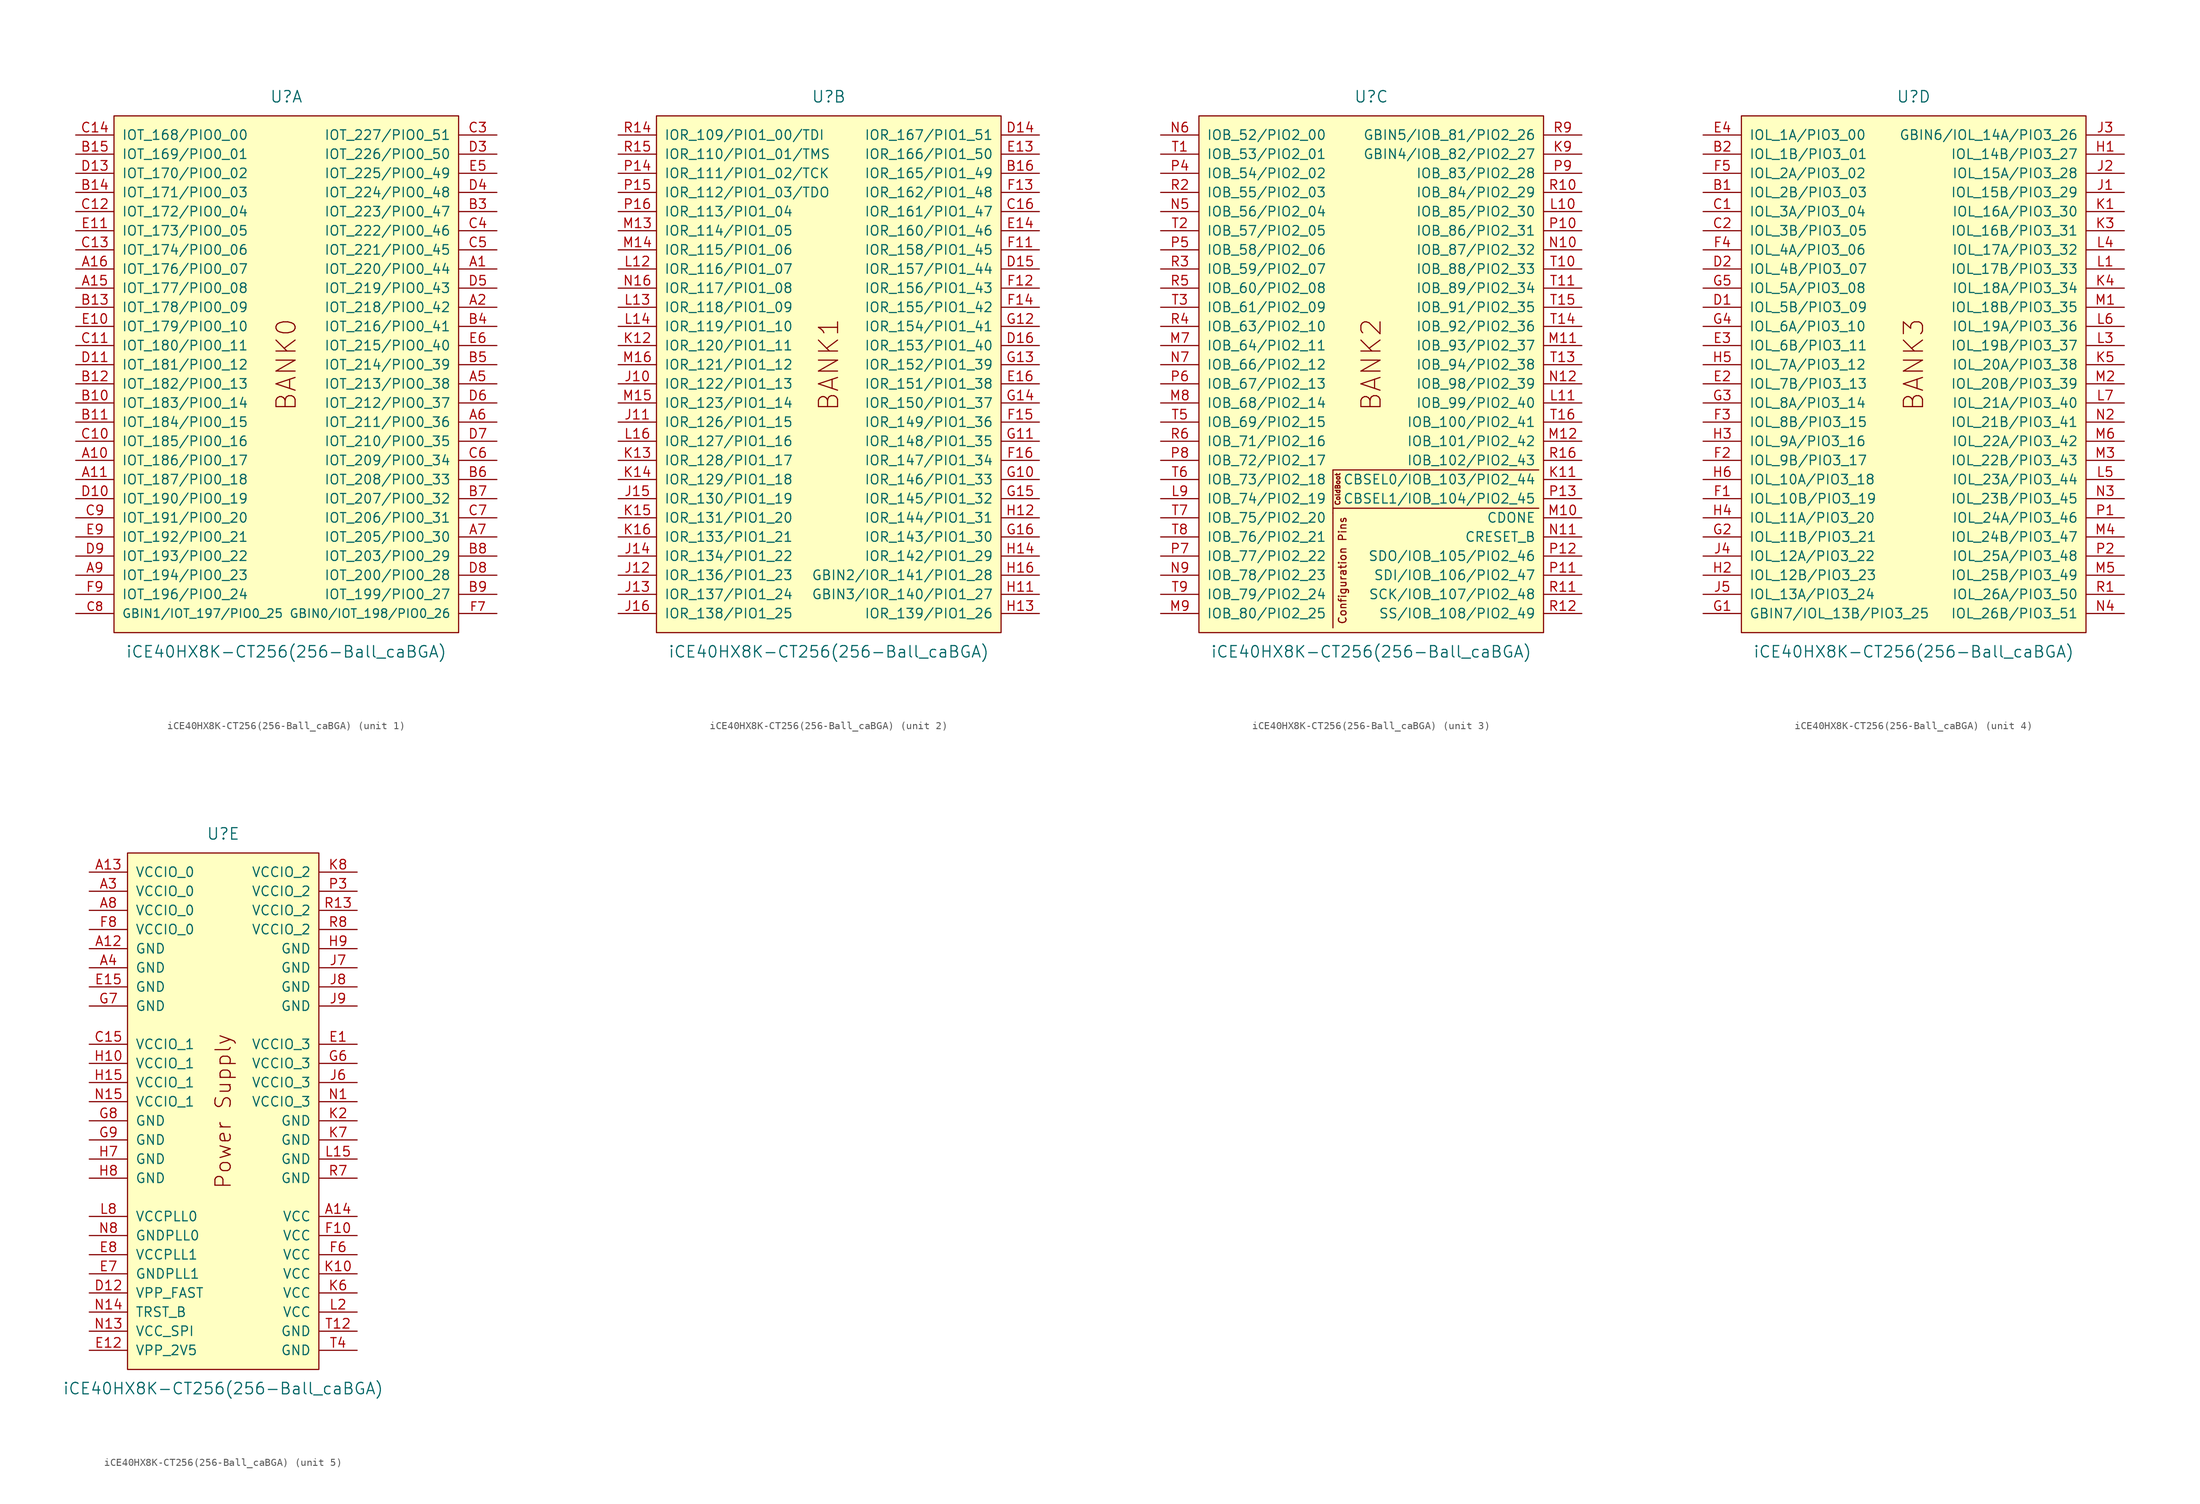
<source format=kicad_sym>
(kicad_symbol_lib
  (version 20220914)
  (generator kicad_symbol_editor)
  (symbol "iCE40HX8K-CT256(256-Ball_caBGA)"
    (pin_names
      (offset 1.016))
    (property "Reference" "U"
      (at 0 35.56 0)
      (effects (font (size 1.524 1.524))))
    (property "Value" "iCE40HX8K-CT256(256-Ball_caBGA)"
      (at 0 -38.1 0)
      (effects (font (size 1.524 1.524))))
    (property "Footprint" ""
      (at 0 2.54 0)
      (effects (font (size 1.524 1.524))))
    (property "Datasheet" ""
      (at 0 2.54 0)
      (effects (font (size 1.524 1.524))))
    (property "ki_locked" ""
      (at 0 0 0)
      (effects (font (size 1.27 1.27))))
    (symbol "iCE40HX8K-CT256(256-Ball_caBGA)_1_0"
      (text "BANK0" (at 0 0 900) (effects (font (size 2.54 2.54)))))
    (symbol "iCE40HX8K-CT256(256-Ball_caBGA)_1_1"
      (rectangle (start 22.86 -35.56) (end -22.86 33.02) (stroke (width 0) (type solid)) (fill (type background)))
      (pin bidirectional line (at 27.94 12.7 180) (length 5.08) (name "IOT_220/PIO0_44" (effects (font (size 1.27 1.27)))) (number "A1" (effects (font (size 1.27 1.27)))))
      (pin bidirectional line (at -27.94 -12.7 0) (length 5.08) (name "IOT_186/PIO0_17" (effects (font (size 1.27 1.27)))) (number "A10" (effects (font (size 1.27 1.27)))))
      (pin bidirectional line (at -27.94 -15.24 0) (length 5.08) (name "IOT_187/PIO0_18" (effects (font (size 1.27 1.27)))) (number "A11" (effects (font (size 1.27 1.27)))))
      (pin bidirectional line (at -27.94 10.16 0) (length 5.08) (name "IOT_177/PIO0_08" (effects (font (size 1.27 1.27)))) (number "A15" (effects (font (size 1.27 1.27)))))
      (pin bidirectional line (at -27.94 12.7 0) (length 5.08) (name "IOT_176/PIO0_07" (effects (font (size 1.27 1.27)))) (number "A16" (effects (font (size 1.27 1.27)))))
      (pin bidirectional line (at 27.94 7.62 180) (length 5.08) (name "IOT_218/PIO0_42" (effects (font (size 1.27 1.27)))) (number "A2" (effects (font (size 1.27 1.27)))))
      (pin bidirectional line (at 27.94 -2.54 180) (length 5.08) (name "IOT_213/PIO0_38" (effects (font (size 1.27 1.27)))) (number "A5" (effects (font (size 1.27 1.27)))))
      (pin bidirectional line (at 27.94 -7.62 180) (length 5.08) (name "IOT_211/PIO0_36" (effects (font (size 1.27 1.27)))) (number "A6" (effects (font (size 1.27 1.27)))))
      (pin bidirectional line (at 27.94 -22.86 180) (length 5.08) (name "IOT_205/PIO0_30" (effects (font (size 1.27 1.27)))) (number "A7" (effects (font (size 1.27 1.27)))))
      (pin bidirectional line (at -27.94 -27.94 0) (length 5.08) (name "IOT_194/PIO0_23" (effects (font (size 1.27 1.27)))) (number "A9" (effects (font (size 1.27 1.27)))))
      (pin bidirectional line (at -27.94 -5.08 0) (length 5.08) (name "IOT_183/PIO0_14" (effects (font (size 1.27 1.27)))) (number "B10" (effects (font (size 1.27 1.27)))))
      (pin bidirectional line (at -27.94 -7.62 0) (length 5.08) (name "IOT_184/PIO0_15" (effects (font (size 1.27 1.27)))) (number "B11" (effects (font (size 1.27 1.27)))))
      (pin bidirectional line (at -27.94 -2.54 0) (length 5.08) (name "IOT_182/PIO0_13" (effects (font (size 1.27 1.27)))) (number "B12" (effects (font (size 1.27 1.27)))))
      (pin bidirectional line (at -27.94 7.62 0) (length 5.08) (name "IOT_178/PIO0_09" (effects (font (size 1.27 1.27)))) (number "B13" (effects (font (size 1.27 1.27)))))
      (pin bidirectional line (at -27.94 22.86 0) (length 5.08) (name "IOT_171/PIO0_03" (effects (font (size 1.27 1.27)))) (number "B14" (effects (font (size 1.27 1.27)))))
      (pin bidirectional line (at -27.94 27.94 0) (length 5.08) (name "IOT_169/PIO0_01" (effects (font (size 1.27 1.27)))) (number "B15" (effects (font (size 1.27 1.27)))))
      (pin bidirectional line (at 27.94 20.32 180) (length 5.08) (name "IOT_223/PIO0_47" (effects (font (size 1.27 1.27)))) (number "B3" (effects (font (size 1.27 1.27)))))
      (pin bidirectional line (at 27.94 5.08 180) (length 5.08) (name "IOT_216/PIO0_41" (effects (font (size 1.27 1.27)))) (number "B4" (effects (font (size 1.27 1.27)))))
      (pin bidirectional line (at 27.94 0 180) (length 5.08) (name "IOT_214/PIO0_39" (effects (font (size 1.27 1.27)))) (number "B5" (effects (font (size 1.27 1.27)))))
      (pin bidirectional line (at 27.94 -15.24 180) (length 5.08) (name "IOT_208/PIO0_33" (effects (font (size 1.27 1.27)))) (number "B6" (effects (font (size 1.27 1.27)))))
      (pin bidirectional line (at 27.94 -17.78 180) (length 5.08) (name "IOT_207/PIO0_32" (effects (font (size 1.27 1.27)))) (number "B7" (effects (font (size 1.27 1.27)))))
      (pin bidirectional line (at 27.94 -25.4 180) (length 5.08) (name "IOT_203/PIO0_29" (effects (font (size 1.27 1.27)))) (number "B8" (effects (font (size 1.27 1.27)))))
      (pin bidirectional line (at 27.94 -30.48 180) (length 5.08) (name "IOT_199/PIO0_27" (effects (font (size 1.27 1.27)))) (number "B9" (effects (font (size 1.27 1.27)))))
      (pin bidirectional line (at -27.94 -10.16 0) (length 5.08) (name "IOT_185/PIO0_16" (effects (font (size 1.27 1.27)))) (number "C10" (effects (font (size 1.27 1.27)))))
      (pin bidirectional line (at -27.94 2.54 0) (length 5.08) (name "IOT_180/PIO0_11" (effects (font (size 1.27 1.27)))) (number "C11" (effects (font (size 1.27 1.27)))))
      (pin bidirectional line (at -27.94 20.32 0) (length 5.08) (name "IOT_172/PIO0_04" (effects (font (size 1.27 1.27)))) (number "C12" (effects (font (size 1.27 1.27)))))
      (pin bidirectional line (at -27.94 15.24 0) (length 5.08) (name "IOT_174/PIO0_06" (effects (font (size 1.27 1.27)))) (number "C13" (effects (font (size 1.27 1.27)))))
      (pin bidirectional line (at -27.94 30.48 0) (length 5.08) (name "IOT_168/PIO0_00" (effects (font (size 1.27 1.27)))) (number "C14" (effects (font (size 1.27 1.27)))))
      (pin bidirectional line (at 27.94 30.48 180) (length 5.08) (name "IOT_227/PIO0_51" (effects (font (size 1.27 1.27)))) (number "C3" (effects (font (size 1.27 1.27)))))
      (pin bidirectional line (at 27.94 17.78 180) (length 5.08) (name "IOT_222/PIO0_46" (effects (font (size 1.27 1.27)))) (number "C4" (effects (font (size 1.27 1.27)))))
      (pin bidirectional line (at 27.94 15.24 180) (length 5.08) (name "IOT_221/PIO0_45" (effects (font (size 1.27 1.27)))) (number "C5" (effects (font (size 1.27 1.27)))))
      (pin bidirectional line (at 27.94 -12.7 180) (length 5.08) (name "IOT_209/PIO0_34" (effects (font (size 1.27 1.27)))) (number "C6" (effects (font (size 1.27 1.27)))))
      (pin bidirectional line (at 27.94 -20.32 180) (length 5.08) (name "IOT_206/PIO0_31" (effects (font (size 1.27 1.27)))) (number "C7" (effects (font (size 1.27 1.27)))))
      (pin bidirectional line (at -27.94 -33.02 0) (length 5.08) (name "GBIN1/IOT_197/PIO0_25" (effects (font (size 1.143 1.143)))) (number "C8" (effects (font (size 1.143 1.143)))))
      (pin bidirectional line (at -27.94 -20.32 0) (length 5.08) (name "IOT_191/PIO0_20" (effects (font (size 1.27 1.27)))) (number "C9" (effects (font (size 1.27 1.27)))))
      (pin bidirectional line (at -27.94 -17.78 0) (length 5.08) (name "IOT_190/PIO0_19" (effects (font (size 1.27 1.27)))) (number "D10" (effects (font (size 1.27 1.27)))))
      (pin bidirectional line (at -27.94 0 0) (length 5.08) (name "IOT_181/PIO0_12" (effects (font (size 1.27 1.27)))) (number "D11" (effects (font (size 1.27 1.27)))))
      (pin bidirectional line (at -27.94 25.4 0) (length 5.08) (name "IOT_170/PIO0_02" (effects (font (size 1.27 1.27)))) (number "D13" (effects (font (size 1.27 1.27)))))
      (pin bidirectional line (at 27.94 27.94 180) (length 5.08) (name "IOT_226/PIO0_50" (effects (font (size 1.27 1.27)))) (number "D3" (effects (font (size 1.27 1.27)))))
      (pin bidirectional line (at 27.94 22.86 180) (length 5.08) (name "IOT_224/PIO0_48" (effects (font (size 1.27 1.27)))) (number "D4" (effects (font (size 1.27 1.27)))))
      (pin bidirectional line (at 27.94 10.16 180) (length 5.08) (name "IOT_219/PIO0_43" (effects (font (size 1.27 1.27)))) (number "D5" (effects (font (size 1.27 1.27)))))
      (pin bidirectional line (at 27.94 -5.08 180) (length 5.08) (name "IOT_212/PIO0_37" (effects (font (size 1.27 1.27)))) (number "D6" (effects (font (size 1.27 1.27)))))
      (pin bidirectional line (at 27.94 -10.16 180) (length 5.08) (name "IOT_210/PIO0_35" (effects (font (size 1.27 1.27)))) (number "D7" (effects (font (size 1.27 1.27)))))
      (pin bidirectional line (at 27.94 -27.94 180) (length 5.08) (name "IOT_200/PIO0_28" (effects (font (size 1.27 1.27)))) (number "D8" (effects (font (size 1.27 1.27)))))
      (pin bidirectional line (at -27.94 -25.4 0) (length 5.08) (name "IOT_193/PIO0_22" (effects (font (size 1.27 1.27)))) (number "D9" (effects (font (size 1.27 1.27)))))
      (pin bidirectional line (at -27.94 5.08 0) (length 5.08) (name "IOT_179/PIO0_10" (effects (font (size 1.27 1.27)))) (number "E10" (effects (font (size 1.27 1.27)))))
      (pin bidirectional line (at -27.94 17.78 0) (length 5.08) (name "IOT_173/PIO0_05" (effects (font (size 1.27 1.27)))) (number "E11" (effects (font (size 1.27 1.27)))))
      (pin bidirectional line (at 27.94 25.4 180) (length 5.08) (name "IOT_225/PIO0_49" (effects (font (size 1.27 1.27)))) (number "E5" (effects (font (size 1.27 1.27)))))
      (pin bidirectional line (at 27.94 2.54 180) (length 5.08) (name "IOT_215/PIO0_40" (effects (font (size 1.27 1.27)))) (number "E6" (effects (font (size 1.27 1.27)))))
      (pin bidirectional line (at -27.94 -22.86 0) (length 5.08) (name "IOT_192/PIO0_21" (effects (font (size 1.27 1.27)))) (number "E9" (effects (font (size 1.27 1.27)))))
      (pin bidirectional line (at 27.94 -33.02 180) (length 5.08) (name "GBIN0/IOT_198/PIO0_26" (effects (font (size 1.143 1.143)))) (number "F7" (effects (font (size 1.143 1.143)))))
      (pin bidirectional line (at -27.94 -30.48 0) (length 5.08) (name "IOT_196/PIO0_24" (effects (font (size 1.27 1.27)))) (number "F9" (effects (font (size 1.27 1.27))))))
    (symbol "iCE40HX8K-CT256(256-Ball_caBGA)_2_0"
      (text "BANK1" (at 0 0 900) (effects (font (size 2.54 2.54)))))
    (symbol "iCE40HX8K-CT256(256-Ball_caBGA)_2_1"
      (rectangle (start -22.86 33.02) (end 22.86 -35.56) (stroke (width 0) (type solid)) (fill (type background)))
      (pin bidirectional line (at 27.94 25.4 180) (length 5.08) (name "IOR_165/PIO1_49" (effects (font (size 1.27 1.27)))) (number "B16" (effects (font (size 1.27 1.27)))))
      (pin bidirectional line (at 27.94 20.32 180) (length 5.08) (name "IOR_161/PIO1_47" (effects (font (size 1.27 1.27)))) (number "C16" (effects (font (size 1.27 1.27)))))
      (pin bidirectional line (at 27.94 30.48 180) (length 5.08) (name "IOR_167/PIO1_51" (effects (font (size 1.27 1.27)))) (number "D14" (effects (font (size 1.27 1.27)))))
      (pin bidirectional line (at 27.94 12.7 180) (length 5.08) (name "IOR_157/PIO1_44" (effects (font (size 1.27 1.27)))) (number "D15" (effects (font (size 1.27 1.27)))))
      (pin bidirectional line (at 27.94 2.54 180) (length 5.08) (name "IOR_153/PIO1_40" (effects (font (size 1.27 1.27)))) (number "D16" (effects (font (size 1.27 1.27)))))
      (pin bidirectional line (at 27.94 27.94 180) (length 5.08) (name "IOR_166/PIO1_50" (effects (font (size 1.27 1.27)))) (number "E13" (effects (font (size 1.27 1.27)))))
      (pin bidirectional line (at 27.94 17.78 180) (length 5.08) (name "IOR_160/PIO1_46" (effects (font (size 1.27 1.27)))) (number "E14" (effects (font (size 1.27 1.27)))))
      (pin bidirectional line (at 27.94 -2.54 180) (length 5.08) (name "IOR_151/PIO1_38" (effects (font (size 1.27 1.27)))) (number "E16" (effects (font (size 1.27 1.27)))))
      (pin bidirectional line (at 27.94 15.24 180) (length 5.08) (name "IOR_158/PIO1_45" (effects (font (size 1.27 1.27)))) (number "F11" (effects (font (size 1.27 1.27)))))
      (pin bidirectional line (at 27.94 10.16 180) (length 5.08) (name "IOR_156/PIO1_43" (effects (font (size 1.27 1.27)))) (number "F12" (effects (font (size 1.27 1.27)))))
      (pin bidirectional line (at 27.94 22.86 180) (length 5.08) (name "IOR_162/PIO1_48" (effects (font (size 1.27 1.27)))) (number "F13" (effects (font (size 1.27 1.27)))))
      (pin bidirectional line (at 27.94 7.62 180) (length 5.08) (name "IOR_155/PIO1_42" (effects (font (size 1.27 1.27)))) (number "F14" (effects (font (size 1.27 1.27)))))
      (pin bidirectional line (at 27.94 -7.62 180) (length 5.08) (name "IOR_149/PIO1_36" (effects (font (size 1.27 1.27)))) (number "F15" (effects (font (size 1.27 1.27)))))
      (pin bidirectional line (at 27.94 -12.7 180) (length 5.08) (name "IOR_147/PIO1_34" (effects (font (size 1.27 1.27)))) (number "F16" (effects (font (size 1.27 1.27)))))
      (pin bidirectional line (at 27.94 -15.24 180) (length 5.08) (name "IOR_146/PIO1_33" (effects (font (size 1.27 1.27)))) (number "G10" (effects (font (size 1.27 1.27)))))
      (pin bidirectional line (at 27.94 -10.16 180) (length 5.08) (name "IOR_148/PIO1_35" (effects (font (size 1.27 1.27)))) (number "G11" (effects (font (size 1.27 1.27)))))
      (pin bidirectional line (at 27.94 5.08 180) (length 5.08) (name "IOR_154/PIO1_41" (effects (font (size 1.27 1.27)))) (number "G12" (effects (font (size 1.27 1.27)))))
      (pin bidirectional line (at 27.94 0 180) (length 5.08) (name "IOR_152/PIO1_39" (effects (font (size 1.27 1.27)))) (number "G13" (effects (font (size 1.27 1.27)))))
      (pin bidirectional line (at 27.94 -5.08 180) (length 5.08) (name "IOR_150/PIO1_37" (effects (font (size 1.27 1.27)))) (number "G14" (effects (font (size 1.27 1.27)))))
      (pin bidirectional line (at 27.94 -17.78 180) (length 5.08) (name "IOR_145/PIO1_32" (effects (font (size 1.27 1.27)))) (number "G15" (effects (font (size 1.27 1.27)))))
      (pin bidirectional line (at 27.94 -22.86 180) (length 5.08) (name "IOR_143/PIO1_30" (effects (font (size 1.27 1.27)))) (number "G16" (effects (font (size 1.27 1.27)))))
      (pin bidirectional line (at 27.94 -30.48 180) (length 5.08) (name "GBIN3/IOR_140/PIO1_27" (effects (font (size 1.27 1.27)))) (number "H11" (effects (font (size 1.27 1.27)))))
      (pin bidirectional line (at 27.94 -20.32 180) (length 5.08) (name "IOR_144/PIO1_31" (effects (font (size 1.27 1.27)))) (number "H12" (effects (font (size 1.27 1.27)))))
      (pin bidirectional line (at 27.94 -33.02 180) (length 5.08) (name "IOR_139/PIO1_26" (effects (font (size 1.27 1.27)))) (number "H13" (effects (font (size 1.27 1.27)))))
      (pin bidirectional line (at 27.94 -25.4 180) (length 5.08) (name "IOR_142/PIO1_29" (effects (font (size 1.27 1.27)))) (number "H14" (effects (font (size 1.27 1.27)))))
      (pin bidirectional line (at 27.94 -27.94 180) (length 5.08) (name "GBIN2/IOR_141/PIO1_28" (effects (font (size 1.27 1.27)))) (number "H16" (effects (font (size 1.27 1.27)))))
      (pin bidirectional line (at -27.94 -2.54 0) (length 5.08) (name "IOR_122/PIO1_13" (effects (font (size 1.27 1.27)))) (number "J10" (effects (font (size 1.27 1.27)))))
      (pin bidirectional line (at -27.94 -7.62 0) (length 5.08) (name "IOR_126/PIO1_15" (effects (font (size 1.27 1.27)))) (number "J11" (effects (font (size 1.27 1.27)))))
      (pin bidirectional line (at -27.94 -27.94 0) (length 5.08) (name "IOR_136/PIO1_23" (effects (font (size 1.27 1.27)))) (number "J12" (effects (font (size 1.27 1.27)))))
      (pin bidirectional line (at -27.94 -30.48 0) (length 5.08) (name "IOR_137/PIO1_24" (effects (font (size 1.27 1.27)))) (number "J13" (effects (font (size 1.27 1.27)))))
      (pin bidirectional line (at -27.94 -25.4 0) (length 5.08) (name "IOR_134/PIO1_22" (effects (font (size 1.27 1.27)))) (number "J14" (effects (font (size 1.27 1.27)))))
      (pin bidirectional line (at -27.94 -17.78 0) (length 5.08) (name "IOR_130/PIO1_19" (effects (font (size 1.27 1.27)))) (number "J15" (effects (font (size 1.27 1.27)))))
      (pin bidirectional line (at -27.94 -33.02 0) (length 5.08) (name "IOR_138/PIO1_25" (effects (font (size 1.27 1.27)))) (number "J16" (effects (font (size 1.27 1.27)))))
      (pin bidirectional line (at -27.94 2.54 0) (length 5.08) (name "IOR_120/PIO1_11" (effects (font (size 1.27 1.27)))) (number "K12" (effects (font (size 1.27 1.27)))))
      (pin bidirectional line (at -27.94 -12.7 0) (length 5.08) (name "IOR_128/PIO1_17" (effects (font (size 1.27 1.27)))) (number "K13" (effects (font (size 1.27 1.27)))))
      (pin bidirectional line (at -27.94 -15.24 0) (length 5.08) (name "IOR_129/PIO1_18" (effects (font (size 1.27 1.27)))) (number "K14" (effects (font (size 1.27 1.27)))))
      (pin bidirectional line (at -27.94 -20.32 0) (length 5.08) (name "IOR_131/PIO1_20" (effects (font (size 1.27 1.27)))) (number "K15" (effects (font (size 1.27 1.27)))))
      (pin bidirectional line (at -27.94 -22.86 0) (length 5.08) (name "IOR_133/PIO1_21" (effects (font (size 1.27 1.27)))) (number "K16" (effects (font (size 1.27 1.27)))))
      (pin bidirectional line (at -27.94 12.7 0) (length 5.08) (name "IOR_116/PIO1_07" (effects (font (size 1.27 1.27)))) (number "L12" (effects (font (size 1.27 1.27)))))
      (pin bidirectional line (at -27.94 7.62 0) (length 5.08) (name "IOR_118/PIO1_09" (effects (font (size 1.27 1.27)))) (number "L13" (effects (font (size 1.27 1.27)))))
      (pin bidirectional line (at -27.94 5.08 0) (length 5.08) (name "IOR_119/PIO1_10" (effects (font (size 1.27 1.27)))) (number "L14" (effects (font (size 1.27 1.27)))))
      (pin bidirectional line (at -27.94 -10.16 0) (length 5.08) (name "IOR_127/PIO1_16" (effects (font (size 1.27 1.27)))) (number "L16" (effects (font (size 1.27 1.27)))))
      (pin bidirectional line (at -27.94 17.78 0) (length 5.08) (name "IOR_114/PIO1_05" (effects (font (size 1.27 1.27)))) (number "M13" (effects (font (size 1.27 1.27)))))
      (pin bidirectional line (at -27.94 15.24 0) (length 5.08) (name "IOR_115/PIO1_06" (effects (font (size 1.27 1.27)))) (number "M14" (effects (font (size 1.27 1.27)))))
      (pin bidirectional line (at -27.94 -5.08 0) (length 5.08) (name "IOR_123/PIO1_14" (effects (font (size 1.27 1.27)))) (number "M15" (effects (font (size 1.27 1.27)))))
      (pin bidirectional line (at -27.94 0 0) (length 5.08) (name "IOR_121/PIO1_12" (effects (font (size 1.27 1.27)))) (number "M16" (effects (font (size 1.27 1.27)))))
      (pin bidirectional line (at -27.94 10.16 0) (length 5.08) (name "IOR_117/PIO1_08" (effects (font (size 1.27 1.27)))) (number "N16" (effects (font (size 1.27 1.27)))))
      (pin bidirectional line (at -27.94 25.4 0) (length 5.08) (name "IOR_111/PIO1_02/TCK" (effects (font (size 1.27 1.27)))) (number "P14" (effects (font (size 1.27 1.27)))))
      (pin bidirectional line (at -27.94 22.86 0) (length 5.08) (name "IOR_112/PIO1_03/TDO" (effects (font (size 1.27 1.27)))) (number "P15" (effects (font (size 1.27 1.27)))))
      (pin bidirectional line (at -27.94 20.32 0) (length 5.08) (name "IOR_113/PIO1_04" (effects (font (size 1.27 1.27)))) (number "P16" (effects (font (size 1.27 1.27)))))
      (pin bidirectional line (at -27.94 30.48 0) (length 5.08) (name "IOR_109/PIO1_00/TDI" (effects (font (size 1.27 1.27)))) (number "R14" (effects (font (size 1.27 1.27)))))
      (pin bidirectional line (at -27.94 27.94 0) (length 5.08) (name "IOR_110/PIO1_01/TMS" (effects (font (size 1.27 1.27)))) (number "R15" (effects (font (size 1.27 1.27))))))
    (symbol "iCE40HX8K-CT256(256-Ball_caBGA)_3_0"
      (polyline (pts (xy -5.08 -19.685) (xy -5.08 -34.925)) (stroke (width 0) (type solid)) (fill (type none)))
      (polyline (pts (xy -5.08 -13.97) (xy -5.08 -19.685)) (stroke (width 0) (type solid)) (fill (type none)))
      (polyline (pts (xy -5.08 -13.97) (xy 22.225 -13.97)) (stroke (width 0) (type solid)) (fill (type none)))
      (polyline (pts (xy 22.225 -19.05) (xy 5.715 -19.05) (xy -5.08 -19.05)) (stroke (width 0) (type solid)) (fill (type none)))
      (text "BANK2" (at 0 0 900) (effects (font (size 2.54 2.54))))
      (text "ColdBoot" (at -4.445 -16.51 900) (effects (font (size 0.635 0.635))))
      (text "Configuration Pins" (at -3.81 -27.305 900) (effects (font (size 1.016 1.016)))))
    (symbol "iCE40HX8K-CT256(256-Ball_caBGA)_3_1"
      (rectangle (start -22.86 33.02) (end 22.86 -35.56) (stroke (width 0) (type solid)) (fill (type background)))
      (pin bidirectional line (at 27.94 -15.24 180) (length 5.08) (name "CBSEL0/IOB_103/PIO2_44" (effects (font (size 1.27 1.27)))) (number "K11" (effects (font (size 1.27 1.27)))))
      (pin bidirectional line (at 27.94 27.94 180) (length 5.08) (name "GBIN4/IOB_82/PIO2_27" (effects (font (size 1.27 1.27)))) (number "K9" (effects (font (size 1.27 1.27)))))
      (pin bidirectional line (at 27.94 20.32 180) (length 5.08) (name "IOB_85/PIO2_30" (effects (font (size 1.27 1.27)))) (number "L10" (effects (font (size 1.27 1.27)))))
      (pin bidirectional line (at 27.94 -5.08 180) (length 5.08) (name "IOB_99/PIO2_40" (effects (font (size 1.27 1.27)))) (number "L11" (effects (font (size 1.27 1.27)))))
      (pin bidirectional line (at -27.94 -17.78 0) (length 5.08) (name "IOB_74/PIO2_19" (effects (font (size 1.27 1.27)))) (number "L9" (effects (font (size 1.27 1.27)))))
      (pin bidirectional line (at 27.94 -20.32 180) (length 5.08) (name "CDONE" (effects (font (size 1.27 1.27)))) (number "M10" (effects (font (size 1.27 1.27)))))
      (pin bidirectional line (at 27.94 2.54 180) (length 5.08) (name "IOB_93/PIO2_37" (effects (font (size 1.27 1.27)))) (number "M11" (effects (font (size 1.27 1.27)))))
      (pin bidirectional line (at 27.94 -10.16 180) (length 5.08) (name "IOB_101/PIO2_42" (effects (font (size 1.27 1.27)))) (number "M12" (effects (font (size 1.27 1.27)))))
      (pin bidirectional line (at -27.94 2.54 0) (length 5.08) (name "IOB_64/PIO2_11" (effects (font (size 1.27 1.27)))) (number "M7" (effects (font (size 1.27 1.27)))))
      (pin bidirectional line (at -27.94 -5.08 0) (length 5.08) (name "IOB_68/PIO2_14" (effects (font (size 1.27 1.27)))) (number "M8" (effects (font (size 1.27 1.27)))))
      (pin bidirectional line (at -27.94 -33.02 0) (length 5.08) (name "IOB_80/PIO2_25" (effects (font (size 1.27 1.27)))) (number "M9" (effects (font (size 1.27 1.27)))))
      (pin bidirectional line (at 27.94 15.24 180) (length 5.08) (name "IOB_87/PIO2_32" (effects (font (size 1.27 1.27)))) (number "N10" (effects (font (size 1.27 1.27)))))
      (pin input line (at 27.94 -22.86 180) (length 5.08) (name "CRESET_B" (effects (font (size 1.27 1.27)))) (number "N11" (effects (font (size 1.27 1.27)))))
      (pin bidirectional line (at 27.94 -2.54 180) (length 5.08) (name "IOB_98/PIO2_39" (effects (font (size 1.27 1.27)))) (number "N12" (effects (font (size 1.27 1.27)))))
      (pin bidirectional line (at -27.94 20.32 0) (length 5.08) (name "IOB_56/PIO2_04" (effects (font (size 1.27 1.27)))) (number "N5" (effects (font (size 1.27 1.27)))))
      (pin bidirectional line (at -27.94 30.48 0) (length 5.08) (name "IOB_52/PIO2_00" (effects (font (size 1.27 1.27)))) (number "N6" (effects (font (size 1.27 1.27)))))
      (pin bidirectional line (at -27.94 0 0) (length 5.08) (name "IOB_66/PIO2_12" (effects (font (size 1.27 1.27)))) (number "N7" (effects (font (size 1.27 1.27)))))
      (pin bidirectional line (at -27.94 -27.94 0) (length 5.08) (name "IOB_78/PIO2_23" (effects (font (size 1.27 1.27)))) (number "N9" (effects (font (size 1.27 1.27)))))
      (pin bidirectional line (at 27.94 17.78 180) (length 5.08) (name "IOB_86/PIO2_31" (effects (font (size 1.27 1.27)))) (number "P10" (effects (font (size 1.27 1.27)))))
      (pin bidirectional line (at 27.94 -27.94 180) (length 5.08) (name "SDI/IOB_106/PIO2_47" (effects (font (size 1.27 1.27)))) (number "P11" (effects (font (size 1.27 1.27)))))
      (pin bidirectional line (at 27.94 -25.4 180) (length 5.08) (name "SDO/IOB_105/PIO2_46" (effects (font (size 1.27 1.27)))) (number "P12" (effects (font (size 1.27 1.27)))))
      (pin bidirectional line (at 27.94 -17.78 180) (length 5.08) (name "CBSEL1/IOB_104/PIO2_45" (effects (font (size 1.27 1.27)))) (number "P13" (effects (font (size 1.27 1.27)))))
      (pin bidirectional line (at -27.94 25.4 0) (length 5.08) (name "IOB_54/PIO2_02" (effects (font (size 1.27 1.27)))) (number "P4" (effects (font (size 1.27 1.27)))))
      (pin bidirectional line (at -27.94 15.24 0) (length 5.08) (name "IOB_58/PIO2_06" (effects (font (size 1.27 1.27)))) (number "P5" (effects (font (size 1.27 1.27)))))
      (pin bidirectional line (at -27.94 -2.54 0) (length 5.08) (name "IOB_67/PIO2_13" (effects (font (size 1.27 1.27)))) (number "P6" (effects (font (size 1.27 1.27)))))
      (pin bidirectional line (at -27.94 -25.4 0) (length 5.08) (name "IOB_77/PIO2_22" (effects (font (size 1.27 1.27)))) (number "P7" (effects (font (size 1.27 1.27)))))
      (pin bidirectional line (at -27.94 -12.7 0) (length 5.08) (name "IOB_72/PIO2_17" (effects (font (size 1.27 1.27)))) (number "P8" (effects (font (size 1.27 1.27)))))
      (pin bidirectional line (at 27.94 25.4 180) (length 5.08) (name "IOB_83/PIO2_28" (effects (font (size 1.27 1.27)))) (number "P9" (effects (font (size 1.27 1.27)))))
      (pin bidirectional line (at 27.94 22.86 180) (length 5.08) (name "IOB_84/PIO2_29" (effects (font (size 1.27 1.27)))) (number "R10" (effects (font (size 1.27 1.27)))))
      (pin bidirectional line (at 27.94 -30.48 180) (length 5.08) (name "SCK/IOB_107/PIO2_48" (effects (font (size 1.27 1.27)))) (number "R11" (effects (font (size 1.27 1.27)))))
      (pin bidirectional line (at 27.94 -33.02 180) (length 5.08) (name "SS/IOB_108/PIO2_49" (effects (font (size 1.27 1.27)))) (number "R12" (effects (font (size 1.27 1.27)))))
      (pin bidirectional line (at 27.94 -12.7 180) (length 5.08) (name "IOB_102/PIO2_43" (effects (font (size 1.27 1.27)))) (number "R16" (effects (font (size 1.27 1.27)))))
      (pin bidirectional line (at -27.94 22.86 0) (length 5.08) (name "IOB_55/PIO2_03" (effects (font (size 1.27 1.27)))) (number "R2" (effects (font (size 1.27 1.27)))))
      (pin bidirectional line (at -27.94 12.7 0) (length 5.08) (name "IOB_59/PIO2_07" (effects (font (size 1.27 1.27)))) (number "R3" (effects (font (size 1.27 1.27)))))
      (pin bidirectional line (at -27.94 5.08 0) (length 5.08) (name "IOB_63/PIO2_10" (effects (font (size 1.27 1.27)))) (number "R4" (effects (font (size 1.27 1.27)))))
      (pin bidirectional line (at -27.94 10.16 0) (length 5.08) (name "IOB_60/PIO2_08" (effects (font (size 1.27 1.27)))) (number "R5" (effects (font (size 1.27 1.27)))))
      (pin bidirectional line (at -27.94 -10.16 0) (length 5.08) (name "IOB_71/PIO2_16" (effects (font (size 1.27 1.27)))) (number "R6" (effects (font (size 1.27 1.27)))))
      (pin bidirectional line (at 27.94 30.48 180) (length 5.08) (name "GBIN5/IOB_81/PIO2_26" (effects (font (size 1.27 1.27)))) (number "R9" (effects (font (size 1.27 1.27)))))
      (pin bidirectional line (at -27.94 27.94 0) (length 5.08) (name "IOB_53/PIO2_01" (effects (font (size 1.27 1.27)))) (number "T1" (effects (font (size 1.27 1.27)))))
      (pin bidirectional line (at 27.94 12.7 180) (length 5.08) (name "IOB_88/PIO2_33" (effects (font (size 1.27 1.27)))) (number "T10" (effects (font (size 1.27 1.27)))))
      (pin bidirectional line (at 27.94 10.16 180) (length 5.08) (name "IOB_89/PIO2_34" (effects (font (size 1.27 1.27)))) (number "T11" (effects (font (size 1.27 1.27)))))
      (pin bidirectional line (at 27.94 0 180) (length 5.08) (name "IOB_94/PIO2_38" (effects (font (size 1.27 1.27)))) (number "T13" (effects (font (size 1.27 1.27)))))
      (pin bidirectional line (at 27.94 5.08 180) (length 5.08) (name "IOB_92/PIO2_36" (effects (font (size 1.27 1.27)))) (number "T14" (effects (font (size 1.27 1.27)))))
      (pin bidirectional line (at 27.94 7.62 180) (length 5.08) (name "IOB_91/PIO2_35" (effects (font (size 1.27 1.27)))) (number "T15" (effects (font (size 1.27 1.27)))))
      (pin bidirectional line (at 27.94 -7.62 180) (length 5.08) (name "IOB_100/PIO2_41" (effects (font (size 1.27 1.27)))) (number "T16" (effects (font (size 1.27 1.27)))))
      (pin bidirectional line (at -27.94 17.78 0) (length 5.08) (name "IOB_57/PIO2_05" (effects (font (size 1.27 1.27)))) (number "T2" (effects (font (size 1.27 1.27)))))
      (pin bidirectional line (at -27.94 7.62 0) (length 5.08) (name "IOB_61/PIO2_09" (effects (font (size 1.27 1.27)))) (number "T3" (effects (font (size 1.27 1.27)))))
      (pin bidirectional line (at -27.94 -7.62 0) (length 5.08) (name "IOB_69/PIO2_15" (effects (font (size 1.27 1.27)))) (number "T5" (effects (font (size 1.27 1.27)))))
      (pin bidirectional line (at -27.94 -15.24 0) (length 5.08) (name "IOB_73/PIO2_18" (effects (font (size 1.27 1.27)))) (number "T6" (effects (font (size 1.27 1.27)))))
      (pin bidirectional line (at -27.94 -20.32 0) (length 5.08) (name "IOB_75/PIO2_20" (effects (font (size 1.27 1.27)))) (number "T7" (effects (font (size 1.27 1.27)))))
      (pin bidirectional line (at -27.94 -22.86 0) (length 5.08) (name "IOB_76/PIO2_21" (effects (font (size 1.27 1.27)))) (number "T8" (effects (font (size 1.27 1.27)))))
      (pin bidirectional line (at -27.94 -30.48 0) (length 5.08) (name "IOB_79/PIO2_24" (effects (font (size 1.27 1.27)))) (number "T9" (effects (font (size 1.27 1.27))))))
    (symbol "iCE40HX8K-CT256(256-Ball_caBGA)_4_0"
      (rectangle (start -22.86 33.02) (end 22.86 -35.56) (stroke (width 0) (type solid)) (fill (type background)))
      (text "BANK3" (at 0 0 900) (effects (font (size 2.54 2.54)))))
    (symbol "iCE40HX8K-CT256(256-Ball_caBGA)_4_1"
      (pin bidirectional line (at -27.94 22.86 0) (length 5.08) (name "IOL_2B/PIO3_03" (effects (font (size 1.27 1.27)))) (number "B1" (effects (font (size 1.27 1.27)))))
      (pin bidirectional line (at -27.94 27.94 0) (length 5.08) (name "IOL_1B/PIO3_01" (effects (font (size 1.27 1.27)))) (number "B2" (effects (font (size 1.27 1.27)))))
      (pin bidirectional line (at -27.94 20.32 0) (length 5.08) (name "IOL_3A/PIO3_04" (effects (font (size 1.27 1.27)))) (number "C1" (effects (font (size 1.27 1.27)))))
      (pin bidirectional line (at -27.94 17.78 0) (length 5.08) (name "IOL_3B/PIO3_05" (effects (font (size 1.27 1.27)))) (number "C2" (effects (font (size 1.27 1.27)))))
      (pin bidirectional line (at -27.94 7.62 0) (length 5.08) (name "IOL_5B/PIO3_09" (effects (font (size 1.27 1.27)))) (number "D1" (effects (font (size 1.27 1.27)))))
      (pin bidirectional line (at -27.94 12.7 0) (length 5.08) (name "IOL_4B/PIO3_07" (effects (font (size 1.27 1.27)))) (number "D2" (effects (font (size 1.27 1.27)))))
      (pin bidirectional line (at -27.94 -2.54 0) (length 5.08) (name "IOL_7B/PIO3_13" (effects (font (size 1.27 1.27)))) (number "E2" (effects (font (size 1.27 1.27)))))
      (pin bidirectional line (at -27.94 2.54 0) (length 5.08) (name "IOL_6B/PIO3_11" (effects (font (size 1.27 1.27)))) (number "E3" (effects (font (size 1.27 1.27)))))
      (pin bidirectional line (at -27.94 30.48 0) (length 5.08) (name "IOL_1A/PIO3_00" (effects (font (size 1.27 1.27)))) (number "E4" (effects (font (size 1.27 1.27)))))
      (pin bidirectional line (at -27.94 -17.78 0) (length 5.08) (name "IOL_10B/PIO3_19" (effects (font (size 1.27 1.27)))) (number "F1" (effects (font (size 1.27 1.27)))))
      (pin bidirectional line (at -27.94 -12.7 0) (length 5.08) (name "IOL_9B/PIO3_17" (effects (font (size 1.27 1.27)))) (number "F2" (effects (font (size 1.27 1.27)))))
      (pin bidirectional line (at -27.94 -7.62 0) (length 5.08) (name "IOL_8B/PIO3_15" (effects (font (size 1.27 1.27)))) (number "F3" (effects (font (size 1.27 1.27)))))
      (pin bidirectional line (at -27.94 15.24 0) (length 5.08) (name "IOL_4A/PIO3_06" (effects (font (size 1.27 1.27)))) (number "F4" (effects (font (size 1.27 1.27)))))
      (pin bidirectional line (at -27.94 25.4 0) (length 5.08) (name "IOL_2A/PIO3_02" (effects (font (size 1.27 1.27)))) (number "F5" (effects (font (size 1.27 1.27)))))
      (pin bidirectional line (at -27.94 -33.02 0) (length 5.08) (name "GBIN7/IOL_13B/PIO3_25" (effects (font (size 1.27 1.27)))) (number "G1" (effects (font (size 1.27 1.27)))))
      (pin bidirectional line (at -27.94 -22.86 0) (length 5.08) (name "IOL_11B/PIO3_21" (effects (font (size 1.27 1.27)))) (number "G2" (effects (font (size 1.27 1.27)))))
      (pin bidirectional line (at -27.94 -5.08 0) (length 5.08) (name "IOL_8A/PIO3_14" (effects (font (size 1.27 1.27)))) (number "G3" (effects (font (size 1.27 1.27)))))
      (pin bidirectional line (at -27.94 5.08 0) (length 5.08) (name "IOL_6A/PIO3_10" (effects (font (size 1.27 1.27)))) (number "G4" (effects (font (size 1.27 1.27)))))
      (pin bidirectional line (at -27.94 10.16 0) (length 5.08) (name "IOL_5A/PIO3_08" (effects (font (size 1.27 1.27)))) (number "G5" (effects (font (size 1.27 1.27)))))
      (pin bidirectional line (at 27.94 27.94 180) (length 5.08) (name "IOL_14B/PIO3_27" (effects (font (size 1.27 1.27)))) (number "H1" (effects (font (size 1.27 1.27)))))
      (pin bidirectional line (at -27.94 -27.94 0) (length 5.08) (name "IOL_12B/PIO3_23" (effects (font (size 1.27 1.27)))) (number "H2" (effects (font (size 1.27 1.27)))))
      (pin bidirectional line (at -27.94 -10.16 0) (length 5.08) (name "IOL_9A/PIO3_16" (effects (font (size 1.27 1.27)))) (number "H3" (effects (font (size 1.27 1.27)))))
      (pin bidirectional line (at -27.94 -20.32 0) (length 5.08) (name "IOL_11A/PIO3_20" (effects (font (size 1.27 1.27)))) (number "H4" (effects (font (size 1.27 1.27)))))
      (pin bidirectional line (at -27.94 0 0) (length 5.08) (name "IOL_7A/PIO3_12" (effects (font (size 1.27 1.27)))) (number "H5" (effects (font (size 1.27 1.27)))))
      (pin bidirectional line (at -27.94 -15.24 0) (length 5.08) (name "IOL_10A/PIO3_18" (effects (font (size 1.27 1.27)))) (number "H6" (effects (font (size 1.27 1.27)))))
      (pin bidirectional line (at 27.94 22.86 180) (length 5.08) (name "IOL_15B/PIO3_29" (effects (font (size 1.27 1.27)))) (number "J1" (effects (font (size 1.27 1.27)))))
      (pin bidirectional line (at 27.94 25.4 180) (length 5.08) (name "IOL_15A/PIO3_28" (effects (font (size 1.27 1.27)))) (number "J2" (effects (font (size 1.27 1.27)))))
      (pin bidirectional line (at 27.94 30.48 180) (length 5.08) (name "GBIN6/IOL_14A/PIO3_26" (effects (font (size 1.27 1.27)))) (number "J3" (effects (font (size 1.27 1.27)))))
      (pin bidirectional line (at -27.94 -25.4 0) (length 5.08) (name "IOL_12A/PIO3_22" (effects (font (size 1.27 1.27)))) (number "J4" (effects (font (size 1.27 1.27)))))
      (pin bidirectional line (at -27.94 -30.48 0) (length 5.08) (name "IOL_13A/PIO3_24" (effects (font (size 1.27 1.27)))) (number "J5" (effects (font (size 1.27 1.27)))))
      (pin bidirectional line (at 27.94 20.32 180) (length 5.08) (name "IOL_16A/PIO3_30" (effects (font (size 1.27 1.27)))) (number "K1" (effects (font (size 1.27 1.27)))))
      (pin bidirectional line (at 27.94 17.78 180) (length 5.08) (name "IOL_16B/PIO3_31" (effects (font (size 1.27 1.27)))) (number "K3" (effects (font (size 1.27 1.27)))))
      (pin bidirectional line (at 27.94 10.16 180) (length 5.08) (name "IOL_18A/PIO3_34" (effects (font (size 1.27 1.27)))) (number "K4" (effects (font (size 1.27 1.27)))))
      (pin bidirectional line (at 27.94 0 180) (length 5.08) (name "IOL_20A/PIO3_38" (effects (font (size 1.27 1.27)))) (number "K5" (effects (font (size 1.27 1.27)))))
      (pin bidirectional line (at 27.94 12.7 180) (length 5.08) (name "IOL_17B/PIO3_33" (effects (font (size 1.27 1.27)))) (number "L1" (effects (font (size 1.27 1.27)))))
      (pin bidirectional line (at 27.94 2.54 180) (length 5.08) (name "IOL_19B/PIO3_37" (effects (font (size 1.27 1.27)))) (number "L3" (effects (font (size 1.27 1.27)))))
      (pin bidirectional line (at 27.94 15.24 180) (length 5.08) (name "IOL_17A/PIO3_32" (effects (font (size 1.27 1.27)))) (number "L4" (effects (font (size 1.27 1.27)))))
      (pin bidirectional line (at 27.94 -15.24 180) (length 5.08) (name "IOL_23A/PIO3_44" (effects (font (size 1.27 1.27)))) (number "L5" (effects (font (size 1.27 1.27)))))
      (pin bidirectional line (at 27.94 5.08 180) (length 5.08) (name "IOL_19A/PIO3_36" (effects (font (size 1.27 1.27)))) (number "L6" (effects (font (size 1.27 1.27)))))
      (pin bidirectional line (at 27.94 -5.08 180) (length 5.08) (name "IOL_21A/PIO3_40" (effects (font (size 1.27 1.27)))) (number "L7" (effects (font (size 1.27 1.27)))))
      (pin bidirectional line (at 27.94 7.62 180) (length 5.08) (name "IOL_18B/PIO3_35" (effects (font (size 1.27 1.27)))) (number "M1" (effects (font (size 1.27 1.27)))))
      (pin bidirectional line (at 27.94 -2.54 180) (length 5.08) (name "IOL_20B/PIO3_39" (effects (font (size 1.27 1.27)))) (number "M2" (effects (font (size 1.27 1.27)))))
      (pin bidirectional line (at 27.94 -12.7 180) (length 5.08) (name "IOL_22B/PIO3_43" (effects (font (size 1.27 1.27)))) (number "M3" (effects (font (size 1.27 1.27)))))
      (pin bidirectional line (at 27.94 -22.86 180) (length 5.08) (name "IOL_24B/PIO3_47" (effects (font (size 1.27 1.27)))) (number "M4" (effects (font (size 1.27 1.27)))))
      (pin bidirectional line (at 27.94 -27.94 180) (length 5.08) (name "IOL_25B/PIO3_49" (effects (font (size 1.27 1.27)))) (number "M5" (effects (font (size 1.27 1.27)))))
      (pin bidirectional line (at 27.94 -10.16 180) (length 5.08) (name "IOL_22A/PIO3_42" (effects (font (size 1.27 1.27)))) (number "M6" (effects (font (size 1.27 1.27)))))
      (pin bidirectional line (at 27.94 -7.62 180) (length 5.08) (name "IOL_21B/PIO3_41" (effects (font (size 1.27 1.27)))) (number "N2" (effects (font (size 1.27 1.27)))))
      (pin bidirectional line (at 27.94 -17.78 180) (length 5.08) (name "IOL_23B/PIO3_45" (effects (font (size 1.27 1.27)))) (number "N3" (effects (font (size 1.27 1.27)))))
      (pin bidirectional line (at 27.94 -33.02 180) (length 5.08) (name "IOL_26B/PIO3_51" (effects (font (size 1.27 1.27)))) (number "N4" (effects (font (size 1.27 1.27)))))
      (pin bidirectional line (at 27.94 -20.32 180) (length 5.08) (name "IOL_24A/PIO3_46" (effects (font (size 1.27 1.27)))) (number "P1" (effects (font (size 1.27 1.27)))))
      (pin bidirectional line (at 27.94 -25.4 180) (length 5.08) (name "IOL_25A/PIO3_48" (effects (font (size 1.27 1.27)))) (number "P2" (effects (font (size 1.27 1.27)))))
      (pin bidirectional line (at 27.94 -30.48 180) (length 5.08) (name "IOL_26A/PIO3_50" (effects (font (size 1.27 1.27)))) (number "R1" (effects (font (size 1.27 1.27))))))
    (symbol "iCE40HX8K-CT256(256-Ball_caBGA)_5_0"
      (rectangle (start -12.7 33.02) (end 12.7 -35.56) (stroke (width 0) (type solid)) (fill (type background)))
      (text "Power Supply" (at 0 -1.27 900) (effects (font (size 2.032 2.032)))))
    (symbol "iCE40HX8K-CT256(256-Ball_caBGA)_5_1"
      (pin power_in line (at -17.78 20.32 0) (length 5.08) (name "GND" (effects (font (size 1.27 1.27)))) (number "A12" (effects (font (size 1.27 1.27)))))
      (pin power_in line (at -17.78 30.48 0) (length 5.08) (name "VCCIO_0" (effects (font (size 1.27 1.27)))) (number "A13" (effects (font (size 1.27 1.27)))))
      (pin power_in line (at 17.78 -15.24 180) (length 5.08) (name "VCC" (effects (font (size 1.27 1.27)))) (number "A14" (effects (font (size 1.27 1.27)))))
      (pin power_in line (at -17.78 27.94 0) (length 5.08) (name "VCCIO_0" (effects (font (size 1.27 1.27)))) (number "A3" (effects (font (size 1.27 1.27)))))
      (pin power_in line (at -17.78 17.78 0) (length 5.08) (name "GND" (effects (font (size 1.27 1.27)))) (number "A4" (effects (font (size 1.27 1.27)))))
      (pin power_in line (at -17.78 25.4 0) (length 5.08) (name "VCCIO_0" (effects (font (size 1.27 1.27)))) (number "A8" (effects (font (size 1.27 1.27)))))
      (pin power_in line (at -17.78 7.62 0) (length 5.08) (name "VCCIO_1" (effects (font (size 1.27 1.27)))) (number "C15" (effects (font (size 1.27 1.27)))))
      (pin power_in line (at -17.78 -25.4 0) (length 5.08) (name "VPP_FAST" (effects (font (size 1.27 1.27)))) (number "D12" (effects (font (size 1.27 1.27)))))
      (pin power_in line (at 17.78 7.62 180) (length 5.08) (name "VCCIO_3" (effects (font (size 1.27 1.27)))) (number "E1" (effects (font (size 1.27 1.27)))))
      (pin power_in line (at -17.78 -33.02 0) (length 5.08) (name "VPP_2V5" (effects (font (size 1.27 1.27)))) (number "E12" (effects (font (size 1.27 1.27)))))
      (pin power_in line (at -17.78 15.24 0) (length 5.08) (name "GND" (effects (font (size 1.27 1.27)))) (number "E15" (effects (font (size 1.27 1.27)))))
      (pin power_in line (at -17.78 -22.86 0) (length 5.08) (name "GNDPLL1" (effects (font (size 1.27 1.27)))) (number "E7" (effects (font (size 1.27 1.27)))))
      (pin power_in line (at -17.78 -20.32 0) (length 5.08) (name "VCCPLL1" (effects (font (size 1.27 1.27)))) (number "E8" (effects (font (size 1.27 1.27)))))
      (pin power_in line (at 17.78 -17.78 180) (length 5.08) (name "VCC" (effects (font (size 1.27 1.27)))) (number "F10" (effects (font (size 1.27 1.27)))))
      (pin power_in line (at 17.78 -20.32 180) (length 5.08) (name "VCC" (effects (font (size 1.27 1.27)))) (number "F6" (effects (font (size 1.27 1.27)))))
      (pin power_in line (at -17.78 22.86 0) (length 5.08) (name "VCCIO_0" (effects (font (size 1.27 1.27)))) (number "F8" (effects (font (size 1.27 1.27)))))
      (pin power_in line (at 17.78 5.08 180) (length 5.08) (name "VCCIO_3" (effects (font (size 1.27 1.27)))) (number "G6" (effects (font (size 1.27 1.27)))))
      (pin power_in line (at -17.78 12.7 0) (length 5.08) (name "GND" (effects (font (size 1.27 1.27)))) (number "G7" (effects (font (size 1.27 1.27)))))
      (pin power_in line (at -17.78 -2.54 0) (length 5.08) (name "GND" (effects (font (size 1.27 1.27)))) (number "G8" (effects (font (size 1.27 1.27)))))
      (pin power_in line (at -17.78 -5.08 0) (length 5.08) (name "GND" (effects (font (size 1.27 1.27)))) (number "G9" (effects (font (size 1.27 1.27)))))
      (pin power_in line (at -17.78 5.08 0) (length 5.08) (name "VCCIO_1" (effects (font (size 1.27 1.27)))) (number "H10" (effects (font (size 1.27 1.27)))))
      (pin power_in line (at -17.78 2.54 0) (length 5.08) (name "VCCIO_1" (effects (font (size 1.27 1.27)))) (number "H15" (effects (font (size 1.27 1.27)))))
      (pin power_in line (at -17.78 -7.62 0) (length 5.08) (name "GND" (effects (font (size 1.27 1.27)))) (number "H7" (effects (font (size 1.27 1.27)))))
      (pin power_in line (at -17.78 -10.16 0) (length 5.08) (name "GND" (effects (font (size 1.27 1.27)))) (number "H8" (effects (font (size 1.27 1.27)))))
      (pin power_in line (at 17.78 20.32 180) (length 5.08) (name "GND" (effects (font (size 1.27 1.27)))) (number "H9" (effects (font (size 1.27 1.27)))))
      (pin power_in line (at 17.78 2.54 180) (length 5.08) (name "VCCIO_3" (effects (font (size 1.27 1.27)))) (number "J6" (effects (font (size 1.27 1.27)))))
      (pin power_in line (at 17.78 17.78 180) (length 5.08) (name "GND" (effects (font (size 1.27 1.27)))) (number "J7" (effects (font (size 1.27 1.27)))))
      (pin power_in line (at 17.78 15.24 180) (length 5.08) (name "GND" (effects (font (size 1.27 1.27)))) (number "J8" (effects (font (size 1.27 1.27)))))
      (pin power_in line (at 17.78 12.7 180) (length 5.08) (name "GND" (effects (font (size 1.27 1.27)))) (number "J9" (effects (font (size 1.27 1.27)))))
      (pin power_in line (at 17.78 -22.86 180) (length 5.08) (name "VCC" (effects (font (size 1.27 1.27)))) (number "K10" (effects (font (size 1.27 1.27)))))
      (pin power_in line (at 17.78 -2.54 180) (length 5.08) (name "GND" (effects (font (size 1.27 1.27)))) (number "K2" (effects (font (size 1.27 1.27)))))
      (pin power_in line (at 17.78 -25.4 180) (length 5.08) (name "VCC" (effects (font (size 1.27 1.27)))) (number "K6" (effects (font (size 1.27 1.27)))))
      (pin power_in line (at 17.78 -5.08 180) (length 5.08) (name "GND" (effects (font (size 1.27 1.27)))) (number "K7" (effects (font (size 1.27 1.27)))))
      (pin power_in line (at 17.78 30.48 180) (length 5.08) (name "VCCIO_2" (effects (font (size 1.27 1.27)))) (number "K8" (effects (font (size 1.27 1.27)))))
      (pin power_in line (at 17.78 -7.62 180) (length 5.08) (name "GND" (effects (font (size 1.27 1.27)))) (number "L15" (effects (font (size 1.27 1.27)))))
      (pin power_in line (at 17.78 -27.94 180) (length 5.08) (name "VCC" (effects (font (size 1.27 1.27)))) (number "L2" (effects (font (size 1.27 1.27)))))
      (pin power_in line (at -17.78 -15.24 0) (length 5.08) (name "VCCPLL0" (effects (font (size 1.27 1.27)))) (number "L8" (effects (font (size 1.27 1.27)))))
      (pin power_in line (at 17.78 0 180) (length 5.08) (name "VCCIO_3" (effects (font (size 1.27 1.27)))) (number "N1" (effects (font (size 1.27 1.27)))))
      (pin power_in line (at -17.78 -30.48 0) (length 5.08) (name "VCC_SPI" (effects (font (size 1.27 1.27)))) (number "N13" (effects (font (size 1.27 1.27)))))
      (pin input line (at -17.78 -27.94 0) (length 5.08) (name "TRST_B" (effects (font (size 1.27 1.27)))) (number "N14" (effects (font (size 1.27 1.27)))))
      (pin power_in line (at -17.78 0 0) (length 5.08) (name "VCCIO_1" (effects (font (size 1.27 1.27)))) (number "N15" (effects (font (size 1.27 1.27)))))
      (pin power_in line (at -17.78 -17.78 0) (length 5.08) (name "GNDPLL0" (effects (font (size 1.27 1.27)))) (number "N8" (effects (font (size 1.27 1.27)))))
      (pin power_in line (at 17.78 27.94 180) (length 5.08) (name "VCCIO_2" (effects (font (size 1.27 1.27)))) (number "P3" (effects (font (size 1.27 1.27)))))
      (pin power_in line (at 17.78 25.4 180) (length 5.08) (name "VCCIO_2" (effects (font (size 1.27 1.27)))) (number "R13" (effects (font (size 1.27 1.27)))))
      (pin power_in line (at 17.78 -10.16 180) (length 5.08) (name "GND" (effects (font (size 1.27 1.27)))) (number "R7" (effects (font (size 1.27 1.27)))))
      (pin power_in line (at 17.78 22.86 180) (length 5.08) (name "VCCIO_2" (effects (font (size 1.27 1.27)))) (number "R8" (effects (font (size 1.27 1.27)))))
      (pin power_in line (at 17.78 -30.48 180) (length 5.08) (name "GND" (effects (font (size 1.27 1.27)))) (number "T12" (effects (font (size 1.27 1.27)))))
      (pin power_in line (at 17.78 -33.02 180) (length 5.08) (name "GND" (effects (font (size 1.27 1.27)))) (number "T4" (effects (font (size 1.27 1.27))))))))
</source>
